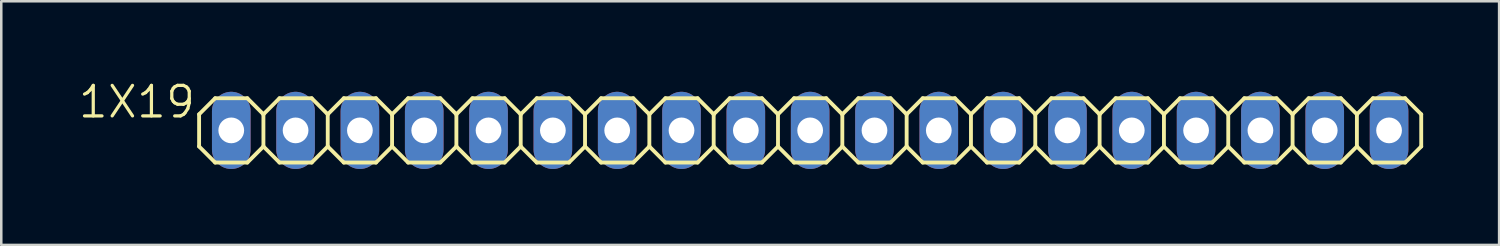
<source format=kicad_pcb>
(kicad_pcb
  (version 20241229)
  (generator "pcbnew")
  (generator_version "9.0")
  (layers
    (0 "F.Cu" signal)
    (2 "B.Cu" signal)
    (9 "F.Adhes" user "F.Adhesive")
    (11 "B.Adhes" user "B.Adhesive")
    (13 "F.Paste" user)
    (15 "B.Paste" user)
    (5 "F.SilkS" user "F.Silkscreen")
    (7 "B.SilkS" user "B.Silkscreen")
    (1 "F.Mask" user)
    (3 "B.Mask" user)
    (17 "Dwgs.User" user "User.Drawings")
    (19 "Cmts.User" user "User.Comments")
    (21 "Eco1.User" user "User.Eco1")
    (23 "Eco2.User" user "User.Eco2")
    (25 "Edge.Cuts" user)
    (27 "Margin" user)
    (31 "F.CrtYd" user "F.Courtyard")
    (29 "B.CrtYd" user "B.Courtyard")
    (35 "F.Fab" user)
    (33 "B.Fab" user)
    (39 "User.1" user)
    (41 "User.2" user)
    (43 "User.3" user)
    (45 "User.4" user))
  (footprint "1X19"
    (layer "F.Cu")
    (at 28.942 2.099)
    (property "Reference" "1X19" (at -24.206 -1.829 0) (layer "F.SilkS") (effects (font (size 1.206 1.206) (thickness 0.127)) (justify right top)))
    (attr through_hole)
    (fp_line (start -24.13 -0.635) (end -24.13 0.635) (stroke (width 0.152) (type solid)) (layer "F.SilkS"))
    (fp_line (start -24.13 0.635) (end -23.495 1.27) (stroke (width 0.152) (type solid)) (layer "F.SilkS"))
    (fp_line (start -23.495 -1.27) (end -24.13 -0.635) (stroke (width 0.152) (type solid)) (layer "F.SilkS"))
    (fp_line (start -23.495 -1.27) (end -22.225 -1.27) (stroke (width 0.152) (type solid)) (layer "F.SilkS"))
    (fp_line (start -22.225 -1.27) (end -21.59 -0.635) (stroke (width 0.152) (type solid)) (layer "F.SilkS"))
    (fp_line (start -22.225 1.27) (end -23.495 1.27) (stroke (width 0.152) (type solid)) (layer "F.SilkS"))
    (fp_line (start -21.59 -0.635) (end -21.59 0.635) (stroke (width 0.152) (type solid)) (layer "F.SilkS"))
    (fp_line (start -21.59 -0.635) (end -20.955 -1.27) (stroke (width 0.152) (type solid)) (layer "F.SilkS"))
    (fp_line (start -21.59 0.635) (end -22.225 1.27) (stroke (width 0.152) (type solid)) (layer "F.SilkS"))
    (fp_line (start -20.955 -1.27) (end -19.685 -1.27) (stroke (width 0.152) (type solid)) (layer "F.SilkS"))
    (fp_line (start -20.955 1.27) (end -21.59 0.635) (stroke (width 0.152) (type solid)) (layer "F.SilkS"))
    (fp_line (start -19.685 -1.27) (end -19.05 -0.635) (stroke (width 0.152) (type solid)) (layer "F.SilkS"))
    (fp_line (start -19.685 1.27) (end -20.955 1.27) (stroke (width 0.152) (type solid)) (layer "F.SilkS"))
    (fp_line (start -19.05 -0.635) (end -19.05 0.635) (stroke (width 0.152) (type solid)) (layer "F.SilkS"))
    (fp_line (start -19.05 -0.635) (end -18.415 -1.27) (stroke (width 0.152) (type solid)) (layer "F.SilkS"))
    (fp_line (start -19.05 0.635) (end -19.685 1.27) (stroke (width 0.152) (type solid)) (layer "F.SilkS"))
    (fp_line (start -18.415 -1.27) (end -17.145 -1.27) (stroke (width 0.152) (type solid)) (layer "F.SilkS"))
    (fp_line (start -18.415 1.27) (end -19.05 0.635) (stroke (width 0.152) (type solid)) (layer "F.SilkS"))
    (fp_line (start -17.145 -1.27) (end -16.51 -0.635) (stroke (width 0.152) (type solid)) (layer "F.SilkS"))
    (fp_line (start -17.145 1.27) (end -18.415 1.27) (stroke (width 0.152) (type solid)) (layer "F.SilkS"))
    (fp_line (start -16.51 -0.635) (end -16.51 0.635) (stroke (width 0.152) (type solid)) (layer "F.SilkS"))
    (fp_line (start -16.51 0.635) (end -17.145 1.27) (stroke (width 0.152) (type solid)) (layer "F.SilkS"))
    (fp_line (start -16.51 0.635) (end -15.875 1.27) (stroke (width 0.152) (type solid)) (layer "F.SilkS"))
    (fp_line (start -15.875 -1.27) (end -16.51 -0.635) (stroke (width 0.152) (type solid)) (layer "F.SilkS"))
    (fp_line (start -15.875 -1.27) (end -14.605 -1.27) (stroke (width 0.152) (type solid)) (layer "F.SilkS"))
    (fp_line (start -14.605 -1.27) (end -13.97 -0.635) (stroke (width 0.152) (type solid)) (layer "F.SilkS"))
    (fp_line (start -14.605 1.27) (end -15.875 1.27) (stroke (width 0.152) (type solid)) (layer "F.SilkS"))
    (fp_line (start -13.97 -0.635) (end -13.97 0.635) (stroke (width 0.152) (type solid)) (layer "F.SilkS"))
    (fp_line (start -13.97 -0.635) (end -13.335 -1.27) (stroke (width 0.152) (type solid)) (layer "F.SilkS"))
    (fp_line (start -13.97 0.635) (end -14.605 1.27) (stroke (width 0.152) (type solid)) (layer "F.SilkS"))
    (fp_line (start -13.335 -1.27) (end -12.065 -1.27) (stroke (width 0.152) (type solid)) (layer "F.SilkS"))
    (fp_line (start -13.335 1.27) (end -13.97 0.635) (stroke (width 0.152) (type solid)) (layer "F.SilkS"))
    (fp_line (start -12.065 -1.27) (end -11.43 -0.635) (stroke (width 0.152) (type solid)) (layer "F.SilkS"))
    (fp_line (start -12.065 1.27) (end -13.335 1.27) (stroke (width 0.152) (type solid)) (layer "F.SilkS"))
    (fp_line (start -11.43 -0.635) (end -11.43 0.635) (stroke (width 0.152) (type solid)) (layer "F.SilkS"))
    (fp_line (start -11.43 -0.635) (end -10.795 -1.27) (stroke (width 0.152) (type solid)) (layer "F.SilkS"))
    (fp_line (start -11.43 0.635) (end -12.065 1.27) (stroke (width 0.152) (type solid)) (layer "F.SilkS"))
    (fp_line (start -10.795 -1.27) (end -9.525 -1.27) (stroke (width 0.152) (type solid)) (layer "F.SilkS"))
    (fp_line (start -10.795 1.27) (end -11.43 0.635) (stroke (width 0.152) (type solid)) (layer "F.SilkS"))
    (fp_line (start -9.525 -1.27) (end -8.89 -0.635) (stroke (width 0.152) (type solid)) (layer "F.SilkS"))
    (fp_line (start -9.525 1.27) (end -10.795 1.27) (stroke (width 0.152) (type solid)) (layer "F.SilkS"))
    (fp_line (start -8.89 -0.635) (end -8.89 0.635) (stroke (width 0.152) (type solid)) (layer "F.SilkS"))
    (fp_line (start -8.89 0.635) (end -9.525 1.27) (stroke (width 0.152) (type solid)) (layer "F.SilkS"))
    (fp_line (start -8.89 0.635) (end -8.255 1.27) (stroke (width 0.152) (type solid)) (layer "F.SilkS"))
    (fp_line (start -8.255 -1.27) (end -8.89 -0.635) (stroke (width 0.152) (type solid)) (layer "F.SilkS"))
    (fp_line (start -8.255 -1.27) (end -6.985 -1.27) (stroke (width 0.152) (type solid)) (layer "F.SilkS"))
    (fp_line (start -6.985 -1.27) (end -6.35 -0.635) (stroke (width 0.152) (type solid)) (layer "F.SilkS"))
    (fp_line (start -6.985 1.27) (end -8.255 1.27) (stroke (width 0.152) (type solid)) (layer "F.SilkS"))
    (fp_line (start -6.35 -0.635) (end -6.35 0.635) (stroke (width 0.152) (type solid)) (layer "F.SilkS"))
    (fp_line (start -6.35 -0.635) (end -5.715 -1.27) (stroke (width 0.152) (type solid)) (layer "F.SilkS"))
    (fp_line (start -6.35 0.635) (end -6.985 1.27) (stroke (width 0.152) (type solid)) (layer "F.SilkS"))
    (fp_line (start -5.715 -1.27) (end -4.445 -1.27) (stroke (width 0.152) (type solid)) (layer "F.SilkS"))
    (fp_line (start -5.715 1.27) (end -6.35 0.635) (stroke (width 0.152) (type solid)) (layer "F.SilkS"))
    (fp_line (start -4.445 -1.27) (end -3.81 -0.635) (stroke (width 0.152) (type solid)) (layer "F.SilkS"))
    (fp_line (start -4.445 1.27) (end -5.715 1.27) (stroke (width 0.152) (type solid)) (layer "F.SilkS"))
    (fp_line (start -3.81 -0.635) (end -3.81 0.635) (stroke (width 0.152) (type solid)) (layer "F.SilkS"))
    (fp_line (start -3.81 -0.635) (end -3.175 -1.27) (stroke (width 0.152) (type solid)) (layer "F.SilkS"))
    (fp_line (start -3.81 0.635) (end -4.445 1.27) (stroke (width 0.152) (type solid)) (layer "F.SilkS"))
    (fp_line (start -3.175 -1.27) (end -1.905 -1.27) (stroke (width 0.152) (type solid)) (layer "F.SilkS"))
    (fp_line (start -3.175 1.27) (end -3.81 0.635) (stroke (width 0.152) (type solid)) (layer "F.SilkS"))
    (fp_line (start -1.905 -1.27) (end -1.27 -0.635) (stroke (width 0.152) (type solid)) (layer "F.SilkS"))
    (fp_line (start -1.905 1.27) (end -3.175 1.27) (stroke (width 0.152) (type solid)) (layer "F.SilkS"))
    (fp_line (start -1.27 -0.635) (end -1.27 0.635) (stroke (width 0.152) (type solid)) (layer "F.SilkS"))
    (fp_line (start -1.27 0.635) (end -1.905 1.27) (stroke (width 0.152) (type solid)) (layer "F.SilkS"))
    (fp_line (start -1.27 0.635) (end -0.635 1.27) (stroke (width 0.152) (type solid)) (layer "F.SilkS"))
    (fp_line (start -0.635 -1.27) (end -1.27 -0.635) (stroke (width 0.152) (type solid)) (layer "F.SilkS"))
    (fp_line (start -0.635 -1.27) (end 0.635 -1.27) (stroke (width 0.152) (type solid)) (layer "F.SilkS"))
    (fp_line (start 0.635 -1.27) (end 1.27 -0.635) (stroke (width 0.152) (type solid)) (layer "F.SilkS"))
    (fp_line (start 0.635 1.27) (end -0.635 1.27) (stroke (width 0.152) (type solid)) (layer "F.SilkS"))
    (fp_line (start 1.27 -0.635) (end 1.27 0.635) (stroke (width 0.152) (type solid)) (layer "F.SilkS"))
    (fp_line (start 1.27 -0.635) (end 1.905 -1.27) (stroke (width 0.152) (type solid)) (layer "F.SilkS"))
    (fp_line (start 1.27 0.635) (end 0.635 1.27) (stroke (width 0.152) (type solid)) (layer "F.SilkS"))
    (fp_line (start 1.905 -1.27) (end 3.175 -1.27) (stroke (width 0.152) (type solid)) (layer "F.SilkS"))
    (fp_line (start 1.905 1.27) (end 1.27 0.635) (stroke (width 0.152) (type solid)) (layer "F.SilkS"))
    (fp_line (start 3.175 -1.27) (end 3.81 -0.635) (stroke (width 0.152) (type solid)) (layer "F.SilkS"))
    (fp_line (start 3.175 1.27) (end 1.905 1.27) (stroke (width 0.152) (type solid)) (layer "F.SilkS"))
    (fp_line (start 3.81 -0.635) (end 3.81 0.635) (stroke (width 0.152) (type solid)) (layer "F.SilkS"))
    (fp_line (start 3.81 -0.635) (end 4.445 -1.27) (stroke (width 0.152) (type solid)) (layer "F.SilkS"))
    (fp_line (start 3.81 0.635) (end 3.175 1.27) (stroke (width 0.152) (type solid)) (layer "F.SilkS"))
    (fp_line (start 4.445 -1.27) (end 5.715 -1.27) (stroke (width 0.152) (type solid)) (layer "F.SilkS"))
    (fp_line (start 4.445 1.27) (end 3.81 0.635) (stroke (width 0.152) (type solid)) (layer "F.SilkS"))
    (fp_line (start 5.715 -1.27) (end 6.35 -0.635) (stroke (width 0.152) (type solid)) (layer "F.SilkS"))
    (fp_line (start 5.715 1.27) (end 4.445 1.27) (stroke (width 0.152) (type solid)) (layer "F.SilkS"))
    (fp_line (start 6.35 -0.635) (end 6.35 0.635) (stroke (width 0.152) (type solid)) (layer "F.SilkS"))
    (fp_line (start 6.35 0.635) (end 5.715 1.27) (stroke (width 0.152) (type solid)) (layer "F.SilkS"))
    (fp_line (start 6.35 0.635) (end 6.985 1.27) (stroke (width 0.152) (type solid)) (layer "F.SilkS"))
    (fp_line (start 6.985 -1.27) (end 6.35 -0.635) (stroke (width 0.152) (type solid)) (layer "F.SilkS"))
    (fp_line (start 6.985 -1.27) (end 8.255 -1.27) (stroke (width 0.152) (type solid)) (layer "F.SilkS"))
    (fp_line (start 8.255 -1.27) (end 8.89 -0.635) (stroke (width 0.152) (type solid)) (layer "F.SilkS"))
    (fp_line (start 8.255 1.27) (end 6.985 1.27) (stroke (width 0.152) (type solid)) (layer "F.SilkS"))
    (fp_line (start 8.89 -0.635) (end 8.89 0.635) (stroke (width 0.152) (type solid)) (layer "F.SilkS"))
    (fp_line (start 8.89 -0.635) (end 9.525 -1.27) (stroke (width 0.152) (type solid)) (layer "F.SilkS"))
    (fp_line (start 8.89 0.635) (end 8.255 1.27) (stroke (width 0.152) (type solid)) (layer "F.SilkS"))
    (fp_line (start 9.525 -1.27) (end 10.795 -1.27) (stroke (width 0.152) (type solid)) (layer "F.SilkS"))
    (fp_line (start 9.525 1.27) (end 8.89 0.635) (stroke (width 0.152) (type solid)) (layer "F.SilkS"))
    (fp_line (start 10.795 -1.27) (end 11.43 -0.635) (stroke (width 0.152) (type solid)) (layer "F.SilkS"))
    (fp_line (start 10.795 1.27) (end 9.525 1.27) (stroke (width 0.152) (type solid)) (layer "F.SilkS"))
    (fp_line (start 11.43 -0.635) (end 11.43 0.635) (stroke (width 0.152) (type solid)) (layer "F.SilkS"))
    (fp_line (start 11.43 -0.635) (end 12.065 -1.27) (stroke (width 0.152) (type solid)) (layer "F.SilkS"))
    (fp_line (start 11.43 0.635) (end 10.795 1.27) (stroke (width 0.152) (type solid)) (layer "F.SilkS"))
    (fp_line (start 12.065 -1.27) (end 13.335 -1.27) (stroke (width 0.152) (type solid)) (layer "F.SilkS"))
    (fp_line (start 12.065 1.27) (end 11.43 0.635) (stroke (width 0.152) (type solid)) (layer "F.SilkS"))
    (fp_line (start 13.335 -1.27) (end 13.97 -0.635) (stroke (width 0.152) (type solid)) (layer "F.SilkS"))
    (fp_line (start 13.335 1.27) (end 12.065 1.27) (stroke (width 0.152) (type solid)) (layer "F.SilkS"))
    (fp_line (start 13.97 -0.635) (end 13.97 0.635) (stroke (width 0.152) (type solid)) (layer "F.SilkS"))
    (fp_line (start 13.97 0.635) (end 13.335 1.27) (stroke (width 0.152) (type solid)) (layer "F.SilkS"))
    (fp_line (start 13.97 0.635) (end 14.605 1.27) (stroke (width 0.152) (type solid)) (layer "F.SilkS"))
    (fp_line (start 14.605 -1.27) (end 13.97 -0.635) (stroke (width 0.152) (type solid)) (layer "F.SilkS"))
    (fp_line (start 14.605 -1.27) (end 15.875 -1.27) (stroke (width 0.152) (type solid)) (layer "F.SilkS"))
    (fp_line (start 15.875 -1.27) (end 16.51 -0.635) (stroke (width 0.152) (type solid)) (layer "F.SilkS"))
    (fp_line (start 15.875 1.27) (end 14.605 1.27) (stroke (width 0.152) (type solid)) (layer "F.SilkS"))
    (fp_line (start 16.51 -0.635) (end 16.51 0.635) (stroke (width 0.152) (type solid)) (layer "F.SilkS"))
    (fp_line (start 16.51 -0.635) (end 17.145 -1.27) (stroke (width 0.152) (type solid)) (layer "F.SilkS"))
    (fp_line (start 16.51 0.635) (end 15.875 1.27) (stroke (width 0.152) (type solid)) (layer "F.SilkS"))
    (fp_line (start 17.145 -1.27) (end 18.415 -1.27) (stroke (width 0.152) (type solid)) (layer "F.SilkS"))
    (fp_line (start 17.145 1.27) (end 16.51 0.635) (stroke (width 0.152) (type solid)) (layer "F.SilkS"))
    (fp_line (start 18.415 -1.27) (end 19.05 -0.635) (stroke (width 0.152) (type solid)) (layer "F.SilkS"))
    (fp_line (start 18.415 1.27) (end 17.145 1.27) (stroke (width 0.152) (type solid)) (layer "F.SilkS"))
    (fp_line (start 19.05 -0.635) (end 19.05 0.635) (stroke (width 0.152) (type solid)) (layer "F.SilkS"))
    (fp_line (start 19.05 -0.635) (end 19.685 -1.27) (stroke (width 0.152) (type solid)) (layer "F.SilkS"))
    (fp_line (start 19.05 0.635) (end 18.415 1.27) (stroke (width 0.152) (type solid)) (layer "F.SilkS"))
    (fp_line (start 19.685 -1.27) (end 20.955 -1.27) (stroke (width 0.152) (type solid)) (layer "F.SilkS"))
    (fp_line (start 19.685 1.27) (end 19.05 0.635) (stroke (width 0.152) (type solid)) (layer "F.SilkS"))
    (fp_line (start 20.955 -1.27) (end 21.59 -0.635) (stroke (width 0.152) (type solid)) (layer "F.SilkS"))
    (fp_line (start 20.955 1.27) (end 19.685 1.27) (stroke (width 0.152) (type solid)) (layer "F.SilkS"))
    (fp_line (start 21.59 -0.635) (end 21.59 0.635) (stroke (width 0.152) (type solid)) (layer "F.SilkS"))
    (fp_line (start 21.59 -0.635) (end 22.225 -1.27) (stroke (width 0.152) (type solid)) (layer "F.SilkS"))
    (fp_line (start 21.59 0.635) (end 20.955 1.27) (stroke (width 0.152) (type solid)) (layer "F.SilkS"))
    (fp_line (start 22.225 -1.27) (end 23.495 -1.27) (stroke (width 0.152) (type solid)) (layer "F.SilkS"))
    (fp_line (start 22.225 1.27) (end 21.59 0.635) (stroke (width 0.152) (type solid)) (layer "F.SilkS"))
    (fp_line (start 23.495 -1.27) (end 24.13 -0.635) (stroke (width 0.152) (type solid)) (layer "F.SilkS"))
    (fp_line (start 23.495 1.27) (end 22.225 1.27) (stroke (width 0.152) (type solid)) (layer "F.SilkS"))
    (fp_line (start 24.13 -0.635) (end 24.13 0.635) (stroke (width 0.152) (type solid)) (layer "F.SilkS"))
    (fp_line (start 24.13 0.635) (end 23.495 1.27) (stroke (width 0.152) (type solid)) (layer "F.SilkS"))
    (fp_poly (pts (xy -23.114 0.254) (xy -22.606 0.254) (xy -22.606 -0.254) (xy -23.114 -0.254)) (stroke (width 0.1) (type solid)) (fill no) (layer "F.Fab"))
    (fp_poly (pts (xy -20.574 0.254) (xy -20.066 0.254) (xy -20.066 -0.254) (xy -20.574 -0.254)) (stroke (width 0.1) (type solid)) (fill no) (layer "F.Fab"))
    (fp_poly (pts (xy -18.034 0.254) (xy -17.526 0.254) (xy -17.526 -0.254) (xy -18.034 -0.254)) (stroke (width 0.1) (type solid)) (fill no) (layer "F.Fab"))
    (fp_poly (pts (xy -15.494 0.254) (xy -14.986 0.254) (xy -14.986 -0.254) (xy -15.494 -0.254)) (stroke (width 0.1) (type solid)) (fill no) (layer "F.Fab"))
    (fp_poly (pts (xy -12.954 0.254) (xy -12.446 0.254) (xy -12.446 -0.254) (xy -12.954 -0.254)) (stroke (width 0.1) (type solid)) (fill no) (layer "F.Fab"))
    (fp_poly (pts (xy -10.414 0.254) (xy -9.906 0.254) (xy -9.906 -0.254) (xy -10.414 -0.254)) (stroke (width 0.1) (type solid)) (fill no) (layer "F.Fab"))
    (fp_poly (pts (xy -7.874 0.254) (xy -7.366 0.254) (xy -7.366 -0.254) (xy -7.874 -0.254)) (stroke (width 0.1) (type solid)) (fill no) (layer "F.Fab"))
    (fp_poly (pts (xy -5.334 0.254) (xy -4.826 0.254) (xy -4.826 -0.254) (xy -5.334 -0.254)) (stroke (width 0.1) (type solid)) (fill no) (layer "F.Fab"))
    (fp_poly (pts (xy -2.794 0.254) (xy -2.286 0.254) (xy -2.286 -0.254) (xy -2.794 -0.254)) (stroke (width 0.1) (type solid)) (fill no) (layer "F.Fab"))
    (fp_poly (pts (xy -0.254 0.254) (xy 0.254 0.254) (xy 0.254 -0.254) (xy -0.254 -0.254)) (stroke (width 0.1) (type solid)) (fill no) (layer "F.Fab"))
    (fp_poly (pts (xy 2.286 0.254) (xy 2.794 0.254) (xy 2.794 -0.254) (xy 2.286 -0.254)) (stroke (width 0.1) (type solid)) (fill no) (layer "F.Fab"))
    (fp_poly (pts (xy 4.826 0.254) (xy 5.334 0.254) (xy 5.334 -0.254) (xy 4.826 -0.254)) (stroke (width 0.1) (type solid)) (fill no) (layer "F.Fab"))
    (fp_poly (pts (xy 7.366 0.254) (xy 7.874 0.254) (xy 7.874 -0.254) (xy 7.366 -0.254)) (stroke (width 0.1) (type solid)) (fill no) (layer "F.Fab"))
    (fp_poly (pts (xy 9.906 0.254) (xy 10.414 0.254) (xy 10.414 -0.254) (xy 9.906 -0.254)) (stroke (width 0.1) (type solid)) (fill no) (layer "F.Fab"))
    (fp_poly (pts (xy 12.446 0.254) (xy 12.954 0.254) (xy 12.954 -0.254) (xy 12.446 -0.254)) (stroke (width 0.1) (type solid)) (fill no) (layer "F.Fab"))
    (fp_poly (pts (xy 14.986 0.254) (xy 15.494 0.254) (xy 15.494 -0.254) (xy 14.986 -0.254)) (stroke (width 0.1) (type solid)) (fill no) (layer "F.Fab"))
    (fp_poly (pts (xy 17.526 0.254) (xy 18.034 0.254) (xy 18.034 -0.254) (xy 17.526 -0.254)) (stroke (width 0.1) (type solid)) (fill no) (layer "F.Fab"))
    (fp_poly (pts (xy 20.066 0.254) (xy 20.574 0.254) (xy 20.574 -0.254) (xy 20.066 -0.254)) (stroke (width 0.1) (type solid)) (fill no) (layer "F.Fab"))
    (fp_poly (pts (xy 22.606 0.254) (xy 23.114 0.254) (xy 23.114 -0.254) (xy 22.606 -0.254)) (stroke (width 0.1) (type solid)) (fill no) (layer "F.Fab"))
    (pad "1" thru_hole oval (at -22.86 0 90) (size 3.048 1.524) (drill 1.016) (layers "*.Cu" "*.Mask"))
    (pad "2" thru_hole oval (at -20.32 0 90) (size 3.048 1.524) (drill 1.016) (layers "*.Cu" "*.Mask"))
    (pad "3" thru_hole oval (at -17.78 0 90) (size 3.048 1.524) (drill 1.016) (layers "*.Cu" "*.Mask"))
    (pad "4" thru_hole oval (at -15.24 0 90) (size 3.048 1.524) (drill 1.016) (layers "*.Cu" "*.Mask"))
    (pad "5" thru_hole oval (at -12.7 0 90) (size 3.048 1.524) (drill 1.016) (layers "*.Cu" "*.Mask"))
    (pad "6" thru_hole oval (at -10.16 0 90) (size 3.048 1.524) (drill 1.016) (layers "*.Cu" "*.Mask"))
    (pad "7" thru_hole oval (at -7.62 0 90) (size 3.048 1.524) (drill 1.016) (layers "*.Cu" "*.Mask"))
    (pad "8" thru_hole oval (at -5.08 0 90) (size 3.048 1.524) (drill 1.016) (layers "*.Cu" "*.Mask"))
    (pad "9" thru_hole oval (at -2.54 0 90) (size 3.048 1.524) (drill 1.016) (layers "*.Cu" "*.Mask"))
    (pad "10" thru_hole oval (at 0 0 90) (size 3.048 1.524) (drill 1.016) (layers "*.Cu" "*.Mask"))
    (pad "11" thru_hole oval (at 2.54 0 90) (size 3.048 1.524) (drill 1.016) (layers "*.Cu" "*.Mask"))
    (pad "12" thru_hole oval (at 5.08 0 90) (size 3.048 1.524) (drill 1.016) (layers "*.Cu" "*.Mask"))
    (pad "13" thru_hole oval (at 7.62 0 90) (size 3.048 1.524) (drill 1.016) (layers "*.Cu" "*.Mask"))
    (pad "14" thru_hole oval (at 10.16 0 90) (size 3.048 1.524) (drill 1.016) (layers "*.Cu" "*.Mask"))
    (pad "15" thru_hole oval (at 12.7 0 90) (size 3.048 1.524) (drill 1.016) (layers "*.Cu" "*.Mask"))
    (pad "16" thru_hole oval (at 15.24 0 90) (size 3.048 1.524) (drill 1.016) (layers "*.Cu" "*.Mask"))
    (pad "17" thru_hole oval (at 17.78 0 90) (size 3.048 1.524) (drill 1.016) (layers "*.Cu" "*.Mask"))
    (pad "18" thru_hole oval (at 20.32 0 90) (size 3.048 1.524) (drill 1.016) (layers "*.Cu" "*.Mask"))
    (pad "19" thru_hole oval (at 22.86 0 90) (size 3.048 1.524) (drill 1.016) (layers "*.Cu" "*.Mask")))
  (gr_rect
    (start -3 -3)
    (end 56.148 6.623)
    (stroke (width 0.1) (type default))
    (fill no)
    (layer "Edge.Cuts")))
</source>
